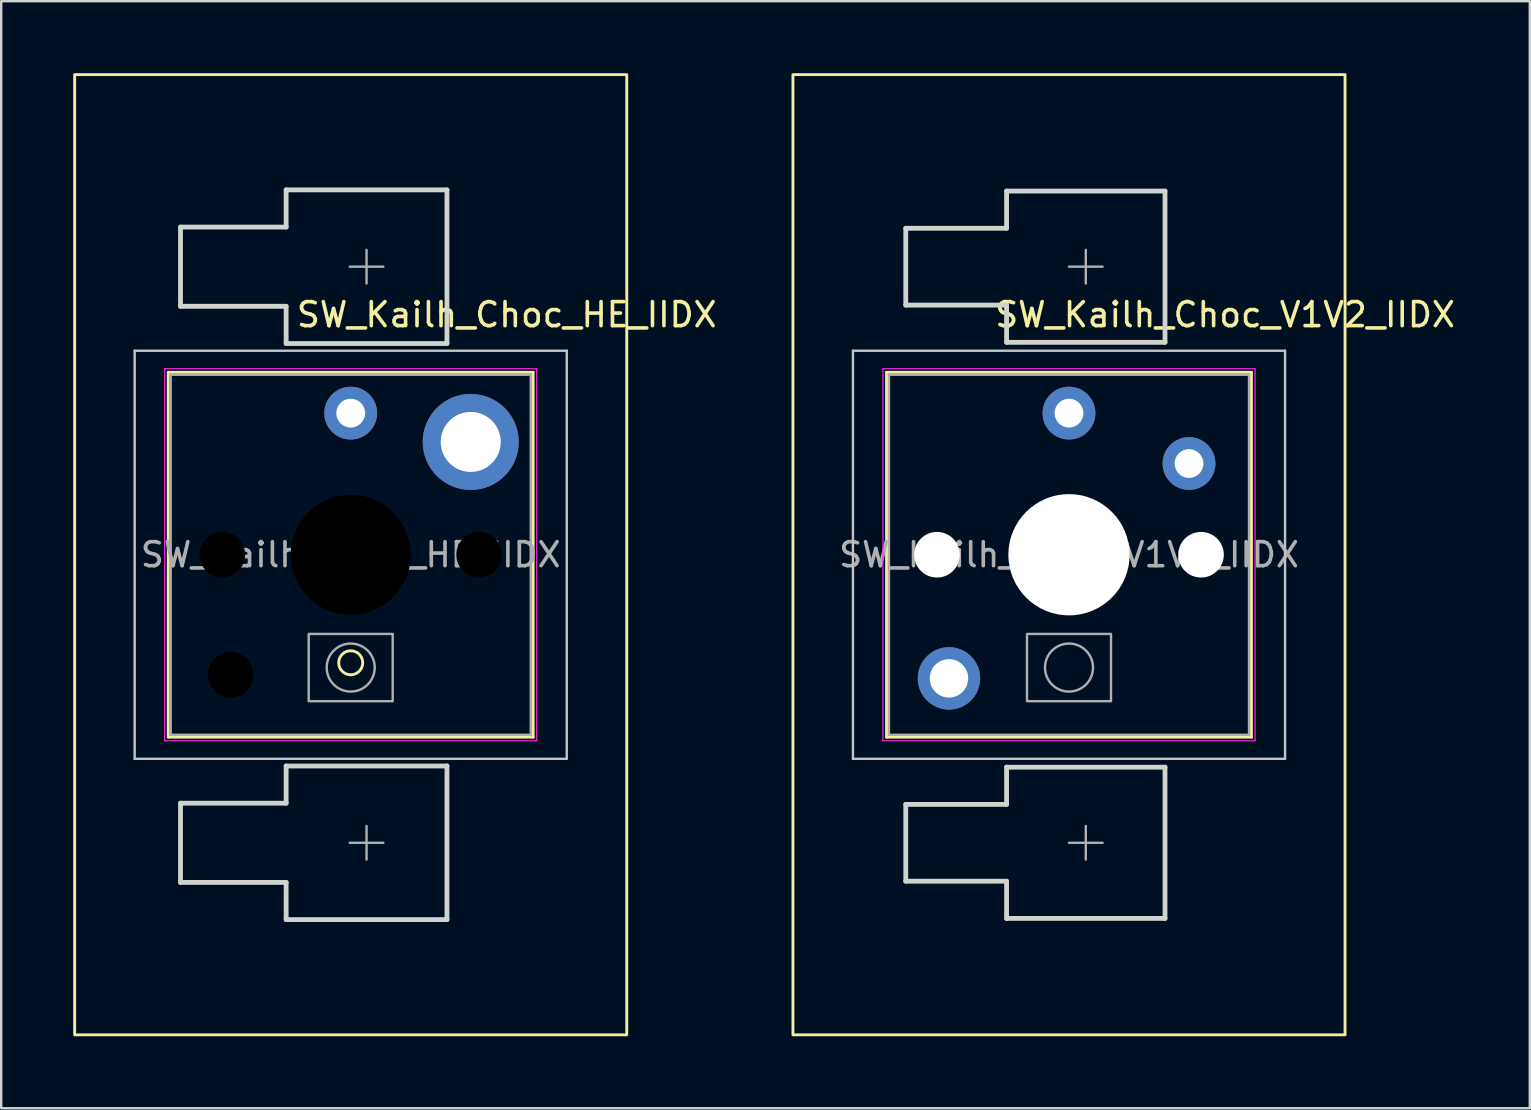
<source format=kicad_pcb>
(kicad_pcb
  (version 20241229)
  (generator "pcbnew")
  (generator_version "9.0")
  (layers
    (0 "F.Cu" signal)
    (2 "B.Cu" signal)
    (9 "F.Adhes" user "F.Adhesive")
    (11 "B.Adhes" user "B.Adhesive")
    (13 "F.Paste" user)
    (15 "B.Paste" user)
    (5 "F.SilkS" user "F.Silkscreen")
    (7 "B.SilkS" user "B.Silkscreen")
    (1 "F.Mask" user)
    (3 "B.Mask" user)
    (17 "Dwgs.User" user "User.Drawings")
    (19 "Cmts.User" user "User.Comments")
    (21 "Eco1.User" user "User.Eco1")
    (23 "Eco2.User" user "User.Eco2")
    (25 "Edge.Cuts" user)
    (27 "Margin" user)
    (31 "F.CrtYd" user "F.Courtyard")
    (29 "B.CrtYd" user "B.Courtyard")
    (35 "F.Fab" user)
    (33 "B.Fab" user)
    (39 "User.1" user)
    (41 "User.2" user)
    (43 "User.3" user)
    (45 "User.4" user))
  (footprint "SW_Kailh_Choc_V1V2_IIDX"
    (layer "F.Cu")
    (at 41.483 20.06)
    (property "Reference" "SW_Kailh_Choc_V1V2_IIDX" (at 6.5 -10 0) (layer "F.SilkS") (effects (font (size 1 1) (thickness 0.15))))
    (attr through_hole)
    (fp_line (start -7.6 -7.6) (end -7.6 7.6) (stroke (width 0.12) (type solid)) (layer "F.SilkS"))
    (fp_line (start -7.6 7.6) (end 7.6 7.6) (stroke (width 0.12) (type solid)) (layer "F.SilkS"))
    (fp_line (start 7.6 -7.6) (end -7.6 -7.6) (stroke (width 0.12) (type solid)) (layer "F.SilkS"))
    (fp_line (start 7.6 7.6) (end 7.6 -7.6) (stroke (width 0.12) (type solid)) (layer "F.SilkS"))
    (fp_rect (start -11.5 -20) (end 11.5 20) (stroke (width 0.12) (type solid)) (fill no) (layer "F.SilkS"))
    (fp_line (start -9 -8.5) (end -9 8.5) (stroke (width 0.1) (type solid)) (layer "Dwgs.User"))
    (fp_line (start -9 8.5) (end 9 8.5) (stroke (width 0.1) (type solid)) (layer "Dwgs.User"))
    (fp_line (start 9 -8.5) (end -9 -8.5) (stroke (width 0.1) (type solid)) (layer "Dwgs.User"))
    (fp_line (start 9 8.5) (end 9 -8.5) (stroke (width 0.1) (type solid)) (layer "Dwgs.User"))
    (fp_line (start -7.25 -7.25) (end -7.25 7.25) (stroke (width 0.1) (type solid)) (layer "Eco1.User"))
    (fp_line (start -7.25 7.25) (end 7.25 7.25) (stroke (width 0.1) (type solid)) (layer "Eco1.User"))
    (fp_line (start 7.25 -7.25) (end -7.25 -7.25) (stroke (width 0.1) (type solid)) (layer "Eco1.User"))
    (fp_line (start 7.25 7.25) (end 7.25 -7.25) (stroke (width 0.1) (type solid)) (layer "Eco1.User"))
    (fp_line (start -6.8 -13.6) (end -6.8 -10.4) (stroke (width 0.2) (type solid)) (layer "Edge.Cuts"))
    (fp_line (start -6.8 10.4) (end -6.8 13.6) (stroke (width 0.2) (type solid)) (layer "Edge.Cuts"))
    (fp_line (start -2.6 -15.15) (end -2.6 -13.6) (stroke (width 0.2) (type solid)) (layer "Edge.Cuts"))
    (fp_line (start -2.6 -15.15) (end 4 -15.15) (stroke (width 0.2) (type solid)) (layer "Edge.Cuts"))
    (fp_line (start -2.6 -13.6) (end -6.8 -13.6) (stroke (width 0.2) (type solid)) (layer "Edge.Cuts"))
    (fp_line (start -2.6 -10.4) (end -6.8 -10.4) (stroke (width 0.2) (type solid)) (layer "Edge.Cuts"))
    (fp_line (start -2.6 -10.4) (end -2.6 -8.85) (stroke (width 0.2) (type solid)) (layer "Edge.Cuts"))
    (fp_line (start -2.6 -8.85) (end 4 -8.85) (stroke (width 0.2) (type solid)) (layer "Edge.Cuts"))
    (fp_line (start -2.6 8.85) (end -2.6 10.4) (stroke (width 0.2) (type solid)) (layer "Edge.Cuts"))
    (fp_line (start -2.6 8.85) (end 4 8.85) (stroke (width 0.2) (type solid)) (layer "Edge.Cuts"))
    (fp_line (start -2.6 10.4) (end -6.8 10.4) (stroke (width 0.2) (type solid)) (layer "Edge.Cuts"))
    (fp_line (start -2.6 13.6) (end -6.8 13.6) (stroke (width 0.2) (type solid)) (layer "Edge.Cuts"))
    (fp_line (start -2.6 13.6) (end -2.6 15.15) (stroke (width 0.2) (type solid)) (layer "Edge.Cuts"))
    (fp_line (start -2.6 15.15) (end 4 15.15) (stroke (width 0.2) (type solid)) (layer "Edge.Cuts"))
    (fp_line (start 4 -15.15) (end 4 -8.85) (stroke (width 0.2) (type solid)) (layer "Edge.Cuts"))
    (fp_line (start 4 8.85) (end 4 15.15) (stroke (width 0.2) (type solid)) (layer "Edge.Cuts"))
    (fp_line (start -7.75 -7.75) (end -7.75 7.75) (stroke (width 0.05) (type solid)) (layer "F.CrtYd"))
    (fp_line (start -7.75 7.75) (end 7.75 7.75) (stroke (width 0.05) (type solid)) (layer "F.CrtYd"))
    (fp_line (start 7.75 -7.75) (end -7.75 -7.75) (stroke (width 0.05) (type solid)) (layer "F.CrtYd"))
    (fp_line (start 7.75 7.75) (end 7.75 -7.75) (stroke (width 0.05) (type solid)) (layer "F.CrtYd"))
    (fp_line (start -7.5 -7.5) (end -7.5 7.5) (stroke (width 0.1) (type solid)) (layer "F.Fab"))
    (fp_line (start -7.5 7.5) (end 7.5 7.5) (stroke (width 0.1) (type solid)) (layer "F.Fab"))
    (fp_line (start 0 -12) (end 1.4 -12) (stroke (width 0.1) (type solid)) (layer "F.Fab"))
    (fp_line (start 0 12) (end 1.4 12) (stroke (width 0.1) (type solid)) (layer "F.Fab"))
    (fp_line (start 0.7 -11.3) (end 0.7 -12.7) (stroke (width 0.1) (type solid)) (layer "F.Fab"))
    (fp_line (start 0.7 12.7) (end 0.7 11.3) (stroke (width 0.1) (type solid)) (layer "F.Fab"))
    (fp_line (start 7.5 -7.5) (end -7.5 -7.5) (stroke (width 0.1) (type solid)) (layer "F.Fab"))
    (fp_line (start 7.5 7.5) (end 7.5 -7.5) (stroke (width 0.1) (type solid)) (layer "F.Fab"))
    (fp_rect (start -1.75 3.3) (end 1.75 6.1) (stroke (width 0.1) (type solid)) (fill no) (layer "F.Fab"))
    (fp_circle (center 0 4.7) (end 1 4.7) (stroke (width 0.1) (type solid)) (fill no) (layer "F.Fab"))
    (fp_text user "${REFERENCE}" (at 0 0 0) (layer "F.Fab") (effects (font (size 1 1) (thickness 0.15))))
    (pad "" np_thru_hole circle (at -5.5 0) (size 1.9 1.9) (drill 1.9) (layers "*.Cu" "*.Mask"))
    (pad "" smd circle (at -5 5.15) (size 1.65 1.65) (layers "F.Mask"))
    (pad "" thru_hole circle (at -5 5.15) (size 2.6 2.6) (drill 1.6) (layers "*.Cu" "B.Mask"))
    (pad "" smd circle (at 0 -5.9) (size 1.25 1.25) (layers "F.Mask"))
    (pad "" np_thru_hole circle (at 0 0) (size 5.05 5.05) (drill 5.05) (layers "*.Cu" "*.Mask"))
    (pad "" smd circle (at 5 -3.8) (size 1.25 1.25) (layers "F.Mask"))
    (pad "" np_thru_hole circle (at 5.5 0) (size 1.9 1.9) (drill 1.9) (layers "*.Cu" "*.Mask"))
    (pad "1" thru_hole circle (at 0 -5.9) (size 2.2 2.2) (drill 1.2) (layers "*.Cu" "B.Mask"))
    (pad "2" thru_hole circle (at 5 -3.8) (size 2.2 2.2) (drill 1.2) (layers "*.Cu" "B.Mask")))
  (footprint "SW_Kailh_Choc_HE_IIDX"
    (layer "F.Cu")
    (at 11.56 20.06)
    (property "Reference" "SW_Kailh_Choc_HE_IIDX" (at 6.5 -10 0) (layer "F.SilkS") (effects (font (size 1 1) (thickness 0.15))))
    (attr through_hole)
    (fp_line (start -7.6 -7.6) (end -7.6 7.6) (stroke (width 0.12) (type solid)) (layer "F.SilkS"))
    (fp_line (start -7.6 7.6) (end 7.6 7.6) (stroke (width 0.12) (type solid)) (layer "F.SilkS"))
    (fp_line (start 7.6 -7.6) (end -7.6 -7.6) (stroke (width 0.12) (type solid)) (layer "F.SilkS"))
    (fp_line (start 7.6 7.6) (end 7.6 -7.6) (stroke (width 0.12) (type solid)) (layer "F.SilkS"))
    (fp_rect (start -11.5 -20) (end 11.5 20) (stroke (width 0.12) (type solid)) (fill no) (layer "F.SilkS"))
    (fp_circle (center 0 4.5) (end 0.5 4.5) (stroke (width 0.12) (type default)) (fill no) (layer "F.SilkS"))
    (fp_line (start -9 -8.5) (end -9 8.5) (stroke (width 0.1) (type solid)) (layer "Dwgs.User"))
    (fp_line (start -9 8.5) (end 9 8.5) (stroke (width 0.1) (type solid)) (layer "Dwgs.User"))
    (fp_line (start 9 -8.5) (end -9 -8.5) (stroke (width 0.1) (type solid)) (layer "Dwgs.User"))
    (fp_line (start 9 8.5) (end 9 -8.5) (stroke (width 0.1) (type solid)) (layer "Dwgs.User"))
    (fp_line (start -7.25 -7.25) (end -7.25 7.25) (stroke (width 0.1) (type solid)) (layer "Eco1.User"))
    (fp_line (start -7.25 7.25) (end 7.25 7.25) (stroke (width 0.1) (type solid)) (layer "Eco1.User"))
    (fp_line (start 7.25 -7.25) (end -7.25 -7.25) (stroke (width 0.1) (type solid)) (layer "Eco1.User"))
    (fp_line (start 7.25 7.25) (end 7.25 -7.25) (stroke (width 0.1) (type solid)) (layer "Eco1.User"))
    (fp_line (start -7.09 -13.65) (end -7.09 -10.35) (stroke (width 0.2) (type solid)) (layer "Edge.Cuts"))
    (fp_line (start -7.09 10.35) (end -7.09 13.65) (stroke (width 0.2) (type solid)) (layer "Edge.Cuts"))
    (fp_line (start -2.69 -15.2) (end -2.69 -13.65) (stroke (width 0.2) (type solid)) (layer "Edge.Cuts"))
    (fp_line (start -2.69 -15.2) (end 4.01 -15.2) (stroke (width 0.2) (type solid)) (layer "Edge.Cuts"))
    (fp_line (start -2.69 -13.65) (end -7.09 -13.65) (stroke (width 0.2) (type solid)) (layer "Edge.Cuts"))
    (fp_line (start -2.69 -10.35) (end -7.09 -10.35) (stroke (width 0.2) (type solid)) (layer "Edge.Cuts"))
    (fp_line (start -2.69 -10.35) (end -2.69 -8.8) (stroke (width 0.2) (type solid)) (layer "Edge.Cuts"))
    (fp_line (start -2.69 -8.8) (end 4.01 -8.8) (stroke (width 0.2) (type solid)) (layer "Edge.Cuts"))
    (fp_line (start -2.69 8.8) (end -2.69 10.35) (stroke (width 0.2) (type solid)) (layer "Edge.Cuts"))
    (fp_line (start -2.69 8.8) (end 4.01 8.8) (stroke (width 0.2) (type solid)) (layer "Edge.Cuts"))
    (fp_line (start -2.69 10.35) (end -7.09 10.35) (stroke (width 0.2) (type solid)) (layer "Edge.Cuts"))
    (fp_line (start -2.69 13.65) (end -7.09 13.65) (stroke (width 0.2) (type solid)) (layer "Edge.Cuts"))
    (fp_line (start -2.69 13.65) (end -2.69 15.2) (stroke (width 0.2) (type solid)) (layer "Edge.Cuts"))
    (fp_line (start -2.69 15.2) (end 4.01 15.2) (stroke (width 0.2) (type solid)) (layer "Edge.Cuts"))
    (fp_line (start 4.01 -15.2) (end 4.01 -8.8) (stroke (width 0.2) (type solid)) (layer "Edge.Cuts"))
    (fp_line (start 4.01 8.8) (end 4.01 15.2) (stroke (width 0.2) (type solid)) (layer "Edge.Cuts"))
    (fp_line (start -7.75 -7.75) (end -7.75 7.75) (stroke (width 0.05) (type solid)) (layer "F.CrtYd"))
    (fp_line (start -7.75 7.75) (end 7.75 7.75) (stroke (width 0.05) (type solid)) (layer "F.CrtYd"))
    (fp_line (start 7.75 -7.75) (end -7.75 -7.75) (stroke (width 0.05) (type solid)) (layer "F.CrtYd"))
    (fp_line (start 7.75 7.75) (end 7.75 -7.75) (stroke (width 0.05) (type solid)) (layer "F.CrtYd"))
    (fp_line (start -7.5 -7.5) (end -7.5 7.5) (stroke (width 0.1) (type solid)) (layer "F.Fab"))
    (fp_line (start -7.5 7.5) (end 7.5 7.5) (stroke (width 0.1) (type solid)) (layer "F.Fab"))
    (fp_line (start -0.04 -12) (end 1.36 -12) (stroke (width 0.1) (type solid)) (layer "F.Fab"))
    (fp_line (start -0.04 12) (end 1.36 12) (stroke (width 0.1) (type solid)) (layer "F.Fab"))
    (fp_line (start 0.66 -11.3) (end 0.66 -12.7) (stroke (width 0.1) (type solid)) (layer "F.Fab"))
    (fp_line (start 0.66 12.7) (end 0.66 11.3) (stroke (width 0.1) (type solid)) (layer "F.Fab"))
    (fp_line (start 7.5 -7.5) (end -7.5 -7.5) (stroke (width 0.1) (type solid)) (layer "F.Fab"))
    (fp_line (start 7.5 7.5) (end 7.5 -7.5) (stroke (width 0.1) (type solid)) (layer "F.Fab"))
    (fp_rect (start -1.75 3.3) (end 1.75 6.1) (stroke (width 0.1) (type solid)) (fill no) (layer "F.Fab"))
    (fp_circle (center 0 4.7) (end 1 4.7) (stroke (width 0.1) (type solid)) (fill no) (layer "F.Fab"))
    (fp_text user "${REFERENCE}" (at 0 0 0) (layer "F.Fab") (effects (font (size 1 1) (thickness 0.15))))
    (pad "" np_thru_hole circle (at -5.35 0) (size 1.9 1.9) (drill oval 2.2 1.9) (layers "*.Mask"))
    (pad "" np_thru_hole circle (at -5 5) (size 1.9 1.9) (drill 1.9) (layers "*.Mask"))
    (pad "" np_thru_hole circle (at 0 0) (size 5 5) (drill 5) (layers "*.Mask"))
    (pad "" np_thru_hole circle (at 5.35 0) (size 1.9 1.9) (drill oval 2.2 1.9) (layers "*.Mask"))
    (pad "1" thru_hole circle (at 0 -5.9) (size 2.2 2.2) (drill 1.2) (layers "*.Cu" "B.Mask"))
    (pad "2" thru_hole circle (at 5 -4.7) (size 4 4) (drill 2.5) (layers "*.Cu" "B.Mask")))
  (gr_rect
    (start -3 -3)
    (end 60.68 43.12)
    (stroke (width 0.1) (type default))
    (fill no)
    (layer "Edge.Cuts")))
</source>
